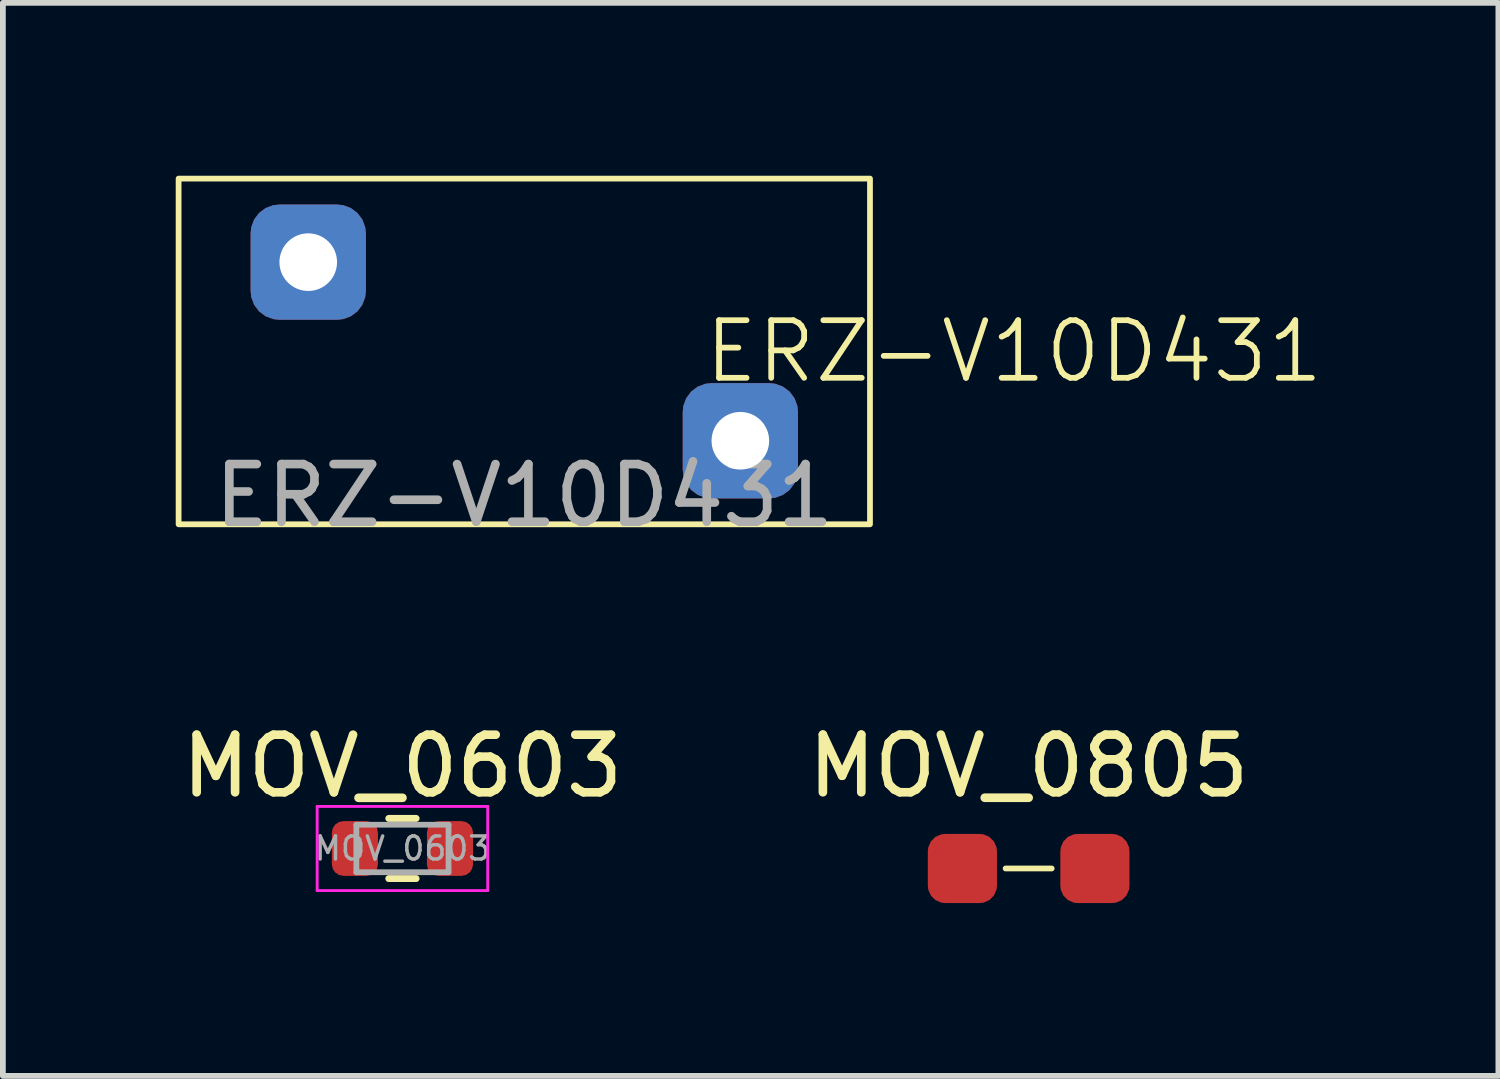
<source format=kicad_pcb>
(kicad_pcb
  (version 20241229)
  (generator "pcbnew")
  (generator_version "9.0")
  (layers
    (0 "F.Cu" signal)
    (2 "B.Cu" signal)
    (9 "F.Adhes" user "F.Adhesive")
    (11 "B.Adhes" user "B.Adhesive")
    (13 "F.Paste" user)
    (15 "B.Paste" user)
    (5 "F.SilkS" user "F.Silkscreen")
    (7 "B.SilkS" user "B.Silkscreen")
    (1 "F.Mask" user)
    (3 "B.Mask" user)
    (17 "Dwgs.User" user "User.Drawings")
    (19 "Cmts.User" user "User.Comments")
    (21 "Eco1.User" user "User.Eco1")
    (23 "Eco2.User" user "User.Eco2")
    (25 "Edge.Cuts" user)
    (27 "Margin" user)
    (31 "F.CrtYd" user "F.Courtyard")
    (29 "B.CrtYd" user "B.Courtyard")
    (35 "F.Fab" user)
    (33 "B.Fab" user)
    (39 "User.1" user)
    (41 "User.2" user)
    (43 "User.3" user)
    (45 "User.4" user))
  (footprint "MOV_0603"
    (layer "F.Cu")
    (at 3.935 11.677)
    (property "Reference" "MOV_0603" (at 0 -1.43 0) (layer "F.SilkS") (effects (font (size 1 1) (thickness 0.15))))
    (attr smd)
    (fp_line (start -0.237 -0.522) (end 0.237 -0.522) (stroke (width 0.12) (type solid)) (layer "F.SilkS"))
    (fp_line (start -0.237 0.522) (end 0.237 0.522) (stroke (width 0.12) (type solid)) (layer "F.SilkS"))
    (fp_line (start -1.48 -0.73) (end 1.48 -0.73) (stroke (width 0.05) (type solid)) (layer "F.CrtYd"))
    (fp_line (start -1.48 0.73) (end -1.48 -0.73) (stroke (width 0.05) (type solid)) (layer "F.CrtYd"))
    (fp_line (start 1.48 -0.73) (end 1.48 0.73) (stroke (width 0.05) (type solid)) (layer "F.CrtYd"))
    (fp_line (start 1.48 0.73) (end -1.48 0.73) (stroke (width 0.05) (type solid)) (layer "F.CrtYd"))
    (fp_line (start -0.8 -0.412) (end 0.8 -0.412) (stroke (width 0.1) (type solid)) (layer "F.Fab"))
    (fp_line (start -0.8 0.412) (end -0.8 -0.412) (stroke (width 0.1) (type solid)) (layer "F.Fab"))
    (fp_line (start 0.8 -0.412) (end 0.8 0.412) (stroke (width 0.1) (type solid)) (layer "F.Fab"))
    (fp_line (start 0.8 0.412) (end -0.8 0.412) (stroke (width 0.1) (type solid)) (layer "F.Fab"))
    (fp_text user "${REFERENCE}" (at 0 0 0) (layer "F.Fab") (effects (font (size 0.4 0.4) (thickness 0.06))))
    (pad "1" smd roundrect (at -0.825 0) (size 0.8 0.95) (layers "F.Cu" "F.Mask" "F.Paste") (roundrect_rratio 0.25))
    (pad "2" smd roundrect (at 0.825 0) (size 0.8 0.95) (layers "F.Cu" "F.Mask" "F.Paste") (roundrect_rratio 0.25)))
  (footprint "ERZ-V10D431"
    (layer "F.Cu")
    (at 6.05 3.05)
    (property "Reference" "ERZ-V10D431" (at 8.5 0 0) (unlocked yes) (layer "F.SilkS") (effects (font (size 1 1) (thickness 0.1))))
    (attr through_hole)
    (fp_rect (start -6 -3) (end 6 3) (stroke (width 0.1) (type default)) (fill no) (layer "F.SilkS"))
    (fp_text user "${REFERENCE}" (at 0 2.5 0) (unlocked yes) (layer "F.Fab") (effects (font (size 1 1) (thickness 0.15))))
    (pad "1" thru_hole roundrect (at -3.75 -1.55) (size 2 2) (drill 1) (layers "*.Cu" "*.Mask") (roundrect_rratio 0.25))
    (pad "2" thru_hole roundrect (at 3.75 1.55) (size 2 2) (drill 1) (layers "*.Cu" "*.Mask") (roundrect_rratio 0.25)))
  (footprint "MOV_0805"
    (layer "F.Cu")
    (at 14.804 12.024)
    (property "Reference" "MOV_0805" (at 0 -1.778 0) (unlocked yes) (layer "F.SilkS") (effects (font (size 1 1) (thickness 0.15))))
    (attr smd)
    (fp_line (start -0.4 0) (end 0.4 0) (stroke (width 0.1) (type default)) (layer "F.SilkS"))
    (pad "1" smd roundrect (at -1.15 0) (size 1.2 1.2) (layers "F.Cu" "F.Mask" "F.Paste") (roundrect_rratio 0.25))
    (pad "2" smd roundrect (at 1.15 0) (size 1.2 1.2) (layers "F.Cu" "F.Mask" "F.Paste") (roundrect_rratio 0.25)))
  (gr_rect
    (start -3 -3)
    (end 22.957 15.624)
    (stroke (width 0.1) (type default))
    (fill no)
    (layer "Edge.Cuts")))
</source>
